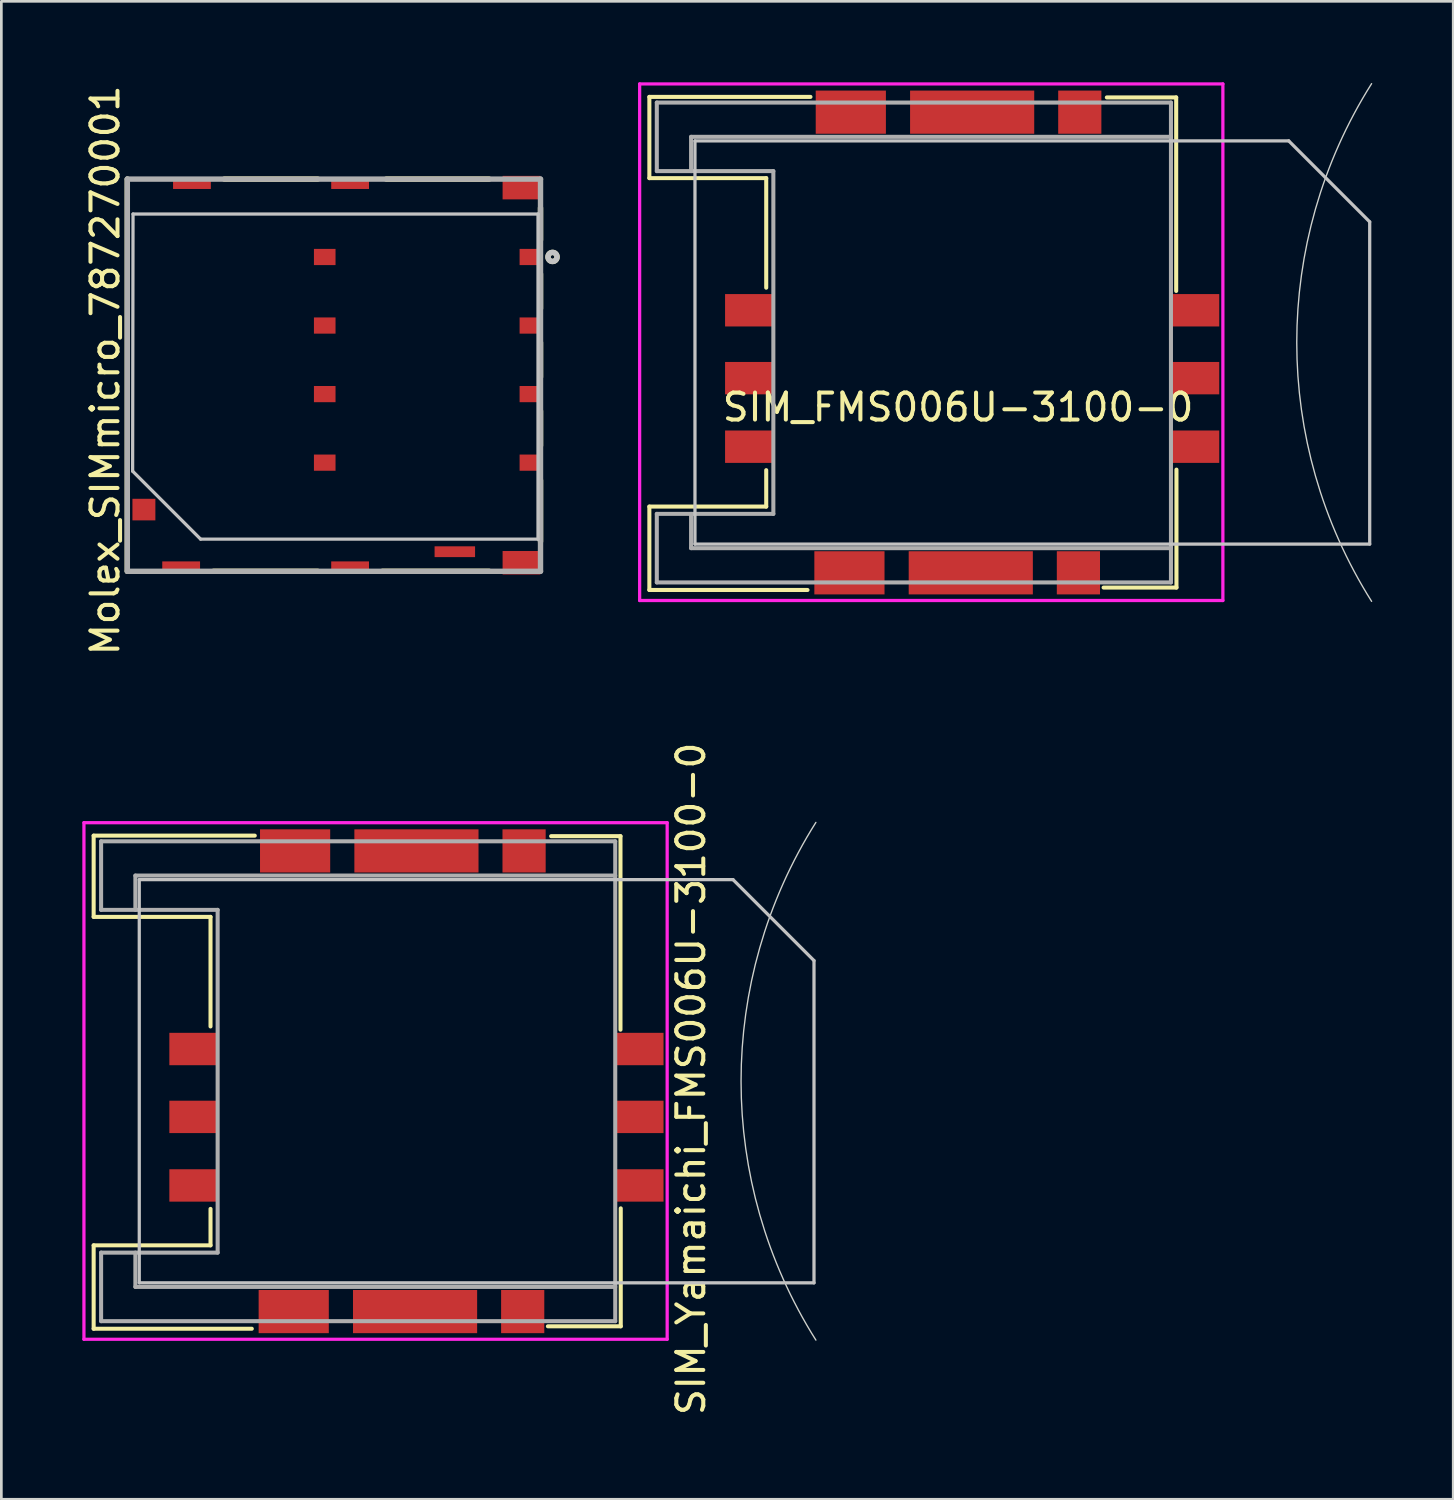
<source format=kicad_pcb>
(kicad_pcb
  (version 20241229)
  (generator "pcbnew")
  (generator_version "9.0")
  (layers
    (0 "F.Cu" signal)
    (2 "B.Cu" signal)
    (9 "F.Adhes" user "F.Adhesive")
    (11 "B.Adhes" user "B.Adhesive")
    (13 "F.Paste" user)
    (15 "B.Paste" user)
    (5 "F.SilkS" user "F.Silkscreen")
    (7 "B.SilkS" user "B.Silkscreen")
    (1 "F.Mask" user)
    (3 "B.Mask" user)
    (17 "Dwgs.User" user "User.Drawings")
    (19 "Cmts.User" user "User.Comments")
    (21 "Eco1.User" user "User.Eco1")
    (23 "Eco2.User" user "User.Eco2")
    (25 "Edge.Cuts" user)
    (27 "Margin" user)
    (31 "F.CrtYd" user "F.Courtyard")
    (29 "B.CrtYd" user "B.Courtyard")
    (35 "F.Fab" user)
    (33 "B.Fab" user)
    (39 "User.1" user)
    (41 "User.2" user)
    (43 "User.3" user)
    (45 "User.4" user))
  (footprint "SIM_Yamaichi_FMS006U-3100-0"
    (layer "F.Cu")
    (at 12.38 37.012)
    (property "Reference" "SIM_Yamaichi_FMS006U-3100-0" (at 10.173 -0.089 270) (layer "F.SilkS") (effects (font (size 1 1) (thickness 0.15))))
    (attr smd)
    (fp_line (start -11.96 -9.1) (end -11.96 -6.09) (stroke (width 0.15) (type solid)) (layer "F.SilkS"))
    (fp_line (start -11.96 -6.09) (end -7.63 -6.09) (stroke (width 0.15) (type solid)) (layer "F.SilkS"))
    (fp_line (start -11.96 6.08) (end -11.96 9.17) (stroke (width 0.15) (type solid)) (layer "F.SilkS"))
    (fp_line (start -11.96 9.17) (end -6.1 9.17) (stroke (width 0.15) (type solid)) (layer "F.SilkS"))
    (fp_line (start -7.63 -6.09) (end -7.63 -2.03) (stroke (width 0.15) (type solid)) (layer "F.SilkS"))
    (fp_line (start -7.63 4.73) (end -7.63 6.08) (stroke (width 0.15) (type solid)) (layer "F.SilkS"))
    (fp_line (start -7.63 6.08) (end -11.96 6.08) (stroke (width 0.15) (type solid)) (layer "F.SilkS"))
    (fp_line (start -5.99 -9.1) (end -11.96 -9.1) (stroke (width 0.15) (type solid)) (layer "F.SilkS"))
    (fp_line (start 4.99 -9.08) (end 7.56 -9.08) (stroke (width 0.15) (type solid)) (layer "F.SilkS"))
    (fp_line (start 7.56 -9.08) (end 7.56 -1.91) (stroke (width 0.15) (type solid)) (layer "F.SilkS"))
    (fp_line (start 7.57 4.71) (end 7.57 9.08) (stroke (width 0.15) (type solid)) (layer "F.SilkS"))
    (fp_line (start 7.57 9.08) (end 4.87 9.08) (stroke (width 0.15) (type solid)) (layer "F.SilkS"))
    (fp_line (start -10.27 -7.47) (end -10.27 7.47) (stroke (width 0.12) (type solid)) (layer "Dwgs.User"))
    (fp_line (start -10.27 -7.47) (end 11.73 -7.47) (stroke (width 0.12) (type solid)) (layer "Dwgs.User"))
    (fp_line (start -10.27 7.47) (end 14.73 7.47) (stroke (width 0.12) (type solid)) (layer "Dwgs.User"))
    (fp_line (start 14.73 -4.47) (end 11.73 -7.47) (stroke (width 0.12) (type solid)) (layer "Dwgs.User"))
    (fp_line (start 14.73 7.47) (end 14.73 -4.47) (stroke (width 0.12) (type solid)) (layer "Dwgs.User"))
    (fp_arc (start 14.800438 9.590695) (mid 12.027573 0.000411) (end 14.8 -9.59) (stroke (width 0.05) (type solid)) (layer "Edge.Cuts"))
    (fp_line (start -12.32 -9.58) (end 9.29 -9.58) (stroke (width 0.12) (type solid)) (layer "F.CrtYd"))
    (fp_line (start -12.32 9.56) (end -12.32 -9.58) (stroke (width 0.12) (type solid)) (layer "F.CrtYd"))
    (fp_line (start 9.29 -9.58) (end 9.29 9.56) (stroke (width 0.12) (type solid)) (layer "F.CrtYd"))
    (fp_line (start 9.29 9.56) (end -12.32 9.56) (stroke (width 0.12) (type solid)) (layer "F.CrtYd"))
    (fp_line (start -11.684 -6.35) (end -11.684 -8.89) (stroke (width 0.15) (type solid)) (layer "F.Fab"))
    (fp_line (start -11.684 6.35) (end -11.684 8.89) (stroke (width 0.15) (type solid)) (layer "F.Fab"))
    (fp_line (start -11.684 8.89) (end 7.366 8.89) (stroke (width 0.15) (type solid)) (layer "F.Fab"))
    (fp_line (start -10.414 -7.62) (end -10.414 -6.35) (stroke (width 0.15) (type solid)) (layer "F.Fab"))
    (fp_line (start -10.414 7.62) (end -10.414 6.35) (stroke (width 0.15) (type solid)) (layer "F.Fab"))
    (fp_line (start -10.414 7.62) (end 7.366 7.62) (stroke (width 0.15) (type solid)) (layer "F.Fab"))
    (fp_line (start -7.366 -6.35) (end -11.684 -6.35) (stroke (width 0.15) (type solid)) (layer "F.Fab"))
    (fp_line (start -7.366 -6.35) (end -7.366 6.35) (stroke (width 0.15) (type solid)) (layer "F.Fab"))
    (fp_line (start -7.366 6.35) (end -11.684 6.35) (stroke (width 0.15) (type solid)) (layer "F.Fab"))
    (fp_line (start 7.366 -8.89) (end -11.684 -8.89) (stroke (width 0.15) (type solid)) (layer "F.Fab"))
    (fp_line (start 7.366 -7.62) (end -10.414 -7.62) (stroke (width 0.15) (type solid)) (layer "F.Fab"))
    (fp_line (start 7.366 8.89) (end 7.366 -8.89) (stroke (width 0.15) (type solid)) (layer "F.Fab"))
    (pad "1" smd rect (at -8.255 3.861) (size 1.8 1.2) (layers "F.Cu" "F.Mask" "F.Paste"))
    (pad "2" smd rect (at -8.255 1.321) (size 1.8 1.2) (layers "F.Cu" "F.Mask" "F.Paste"))
    (pad "3" smd rect (at -8.255 -1.194) (size 1.8 1.2) (layers "F.Cu" "F.Mask" "F.Paste"))
    (pad "4" smd circle (at 14.8 -9.59) (size 0.01 0.01) (layers "F.Cu" "F.Mask" "F.Paste"))
    (pad "5" smd rect (at 8.255 3.861) (size 1.8 1.2) (layers "F.Cu" "F.Mask" "F.Paste"))
    (pad "6" smd rect (at 8.255 1.321) (size 1.8 1.2) (layers "F.Cu" "F.Mask" "F.Paste"))
    (pad "7" smd rect (at 8.255 -1.194) (size 1.8 1.2) (layers "F.Cu" "F.Mask" "F.Paste"))
    (pad "8" smd rect (at -4.547 8.534) (size 2.6 1.6) (layers "F.Cu" "F.Mask" "F.Paste"))
    (pad "8" smd rect (at -4.496 -8.534) (size 2.6 1.6) (layers "F.Cu" "F.Mask" "F.Paste"))
    (pad "8" smd rect (at -0.051 8.534) (size 4.6 1.6) (layers "F.Cu" "F.Mask" "F.Paste"))
    (pad "8" smd rect (at 0 -8.534) (size 4.6 1.6) (layers "F.Cu" "F.Mask" "F.Paste"))
    (pad "8" smd rect (at 3.937 8.534) (size 1.6 1.6) (layers "F.Cu" "F.Mask" "F.Paste"))
    (pad "8" smd rect (at 3.988 -8.534) (size 1.6 1.6) (layers "F.Cu" "F.Mask" "F.Paste")))
  (footprint "Molex_SIMmicro_787270001"
    (layer "F.Cu")
    (at 9.357 10.28)
    (property "Reference" "Molex_SIMmicro_787270001" (at -8.509 0.393 90) (layer "F.SilkS") (effects (font (size 1 1) (thickness 0.15))))
    (attr through_hole)
    (fp_line (start -7.69 -6.694) (end -7.69 7.837) (stroke (width 0.2) (type solid)) (layer "F.SilkS"))
    (fp_line (start -4.495 7.837) (end -0.635 7.837) (stroke (width 0.2) (type solid)) (layer "F.SilkS"))
    (fp_line (start -4.095 -6.694) (end -0.635 -6.694) (stroke (width 0.2) (type solid)) (layer "F.SilkS"))
    (fp_line (start 1.765 7.837) (end 5.715 7.837) (stroke (width 0.2) (type solid)) (layer "F.SilkS"))
    (fp_line (start 1.905 -6.694) (end 5.715 -6.694) (stroke (width 0.2) (type solid)) (layer "F.SilkS"))
    (fp_line (start 7.62 -5.628) (end 7.62 -4.438) (stroke (width 0.2) (type solid)) (layer "F.SilkS"))
    (fp_line (start 7.62 -3.18) (end 7.62 -1.897) (stroke (width 0.2) (type solid)) (layer "F.SilkS"))
    (fp_line (start 7.62 -0.64) (end 7.62 0.642) (stroke (width 0.2) (type solid)) (layer "F.SilkS"))
    (fp_line (start 7.62 1.899) (end 7.62 3.183) (stroke (width 0.2) (type solid)) (layer "F.SilkS"))
    (fp_line (start 7.62 6.737) (end 7.62 4.465) (stroke (width 0.2) (type solid)) (layer "F.SilkS"))
    (fp_circle (center 8.065 -3.81) (end 8.133 -3.81) (stroke (width 0.2) (type solid)) (fill no) (layer "F.SilkS"))
    (fp_line (start -7.493 4.128) (end -4.974 6.646) (stroke (width 0.12) (type solid)) (layer "Dwgs.User"))
    (fp_line (start -7.478 -5.4) (end -7.493 4.128) (stroke (width 0.12) (type solid)) (layer "Dwgs.User"))
    (fp_line (start 7.527 -5.4) (end -7.478 -5.4) (stroke (width 0.12) (type solid)) (layer "Dwgs.User"))
    (fp_line (start 7.527 6.646) (end -4.974 6.646) (stroke (width 0.12) (type solid)) (layer "Dwgs.User"))
    (fp_line (start 7.527 6.646) (end 7.527 -5.4) (stroke (width 0.12) (type solid)) (layer "Dwgs.User"))
    (fp_circle (center 8.065 -3.81) (end 8.133 -3.81) (stroke (width 0.2) (type solid)) (fill no) (layer "Dwgs.User"))
    (fp_line (start -7.69 -6.694) (end 7.62 -6.694) (stroke (width 0.2) (type solid)) (layer "F.Fab"))
    (fp_line (start -7.69 7.837) (end -7.69 -6.694) (stroke (width 0.2) (type solid)) (layer "F.Fab"))
    (fp_line (start 7.62 -6.694) (end 7.62 7.837) (stroke (width 0.2) (type solid)) (layer "F.Fab"))
    (fp_line (start 7.62 7.837) (end -7.69 7.837) (stroke (width 0.2) (type solid)) (layer "F.Fab"))
    (pad "1" smd rect (at 7.245 -3.808) (size 0.8 0.6) (layers "F.Cu" "F.Mask" "F.Paste"))
    (pad "2" smd rect (at 7.245 -1.268) (size 0.8 0.6) (layers "F.Cu" "F.Mask" "F.Paste"))
    (pad "3" smd rect (at 7.245 1.272) (size 0.8 0.6) (layers "F.Cu" "F.Mask" "F.Paste"))
    (pad "4" smd rect (at 7.245 3.812) (size 0.8 0.6) (layers "F.Cu" "F.Mask" "F.Paste"))
    (pad "5" smd rect (at -0.375 -3.808) (size 0.8 0.6) (layers "F.Cu" "F.Mask" "F.Paste"))
    (pad "6" smd rect (at -0.375 -1.268) (size 0.8 0.6) (layers "F.Cu" "F.Mask" "F.Paste"))
    (pad "7" smd rect (at -0.375 1.272) (size 0.8 0.6) (layers "F.Cu" "F.Mask" "F.Paste"))
    (pad "8" smd rect (at -0.375 3.812) (size 0.8 0.6) (layers "F.Cu" "F.Mask" "F.Paste"))
    (pad "9" smd rect (at -7.075 5.551) (size 0.85 0.8) (layers "F.Cu" "F.Mask" "F.Paste"))
    (pad "10" smd rect (at -5.695 7.681) (size 1.4 0.42) (layers "F.Cu" "F.Mask" "F.Paste"))
    (pad "10" smd rect (at -5.295 -6.538) (size 1.4 0.42) (layers "F.Cu" "F.Mask" "F.Paste"))
    (pad "10" smd rect (at 0.565 -6.538) (size 1.4 0.42) (layers "F.Cu" "F.Mask" "F.Paste"))
    (pad "10" smd rect (at 0.565 7.681) (size 1.4 0.42) (layers "F.Cu" "F.Mask" "F.Paste"))
    (pad "10" smd rect (at 4.445 7.112) (size 1.5 0.4) (layers "F.Cu" "F.Mask" "F.Paste"))
    (pad "10" smd rect (at 6.915 -6.378) (size 1.4 0.87) (layers "F.Cu" "F.Mask" "F.Paste"))
    (pad "10" smd rect (at 6.915 7.521) (size 1.4 0.87) (layers "F.Cu" "F.Mask" "F.Paste")))
  (footprint "SIM_FMS006U-3100-0"
    (layer "F.Cu")
    (at 32.97 9.64)
    (property "Reference" "SIM_FMS006U-3100-0" (at -0.522 2.4 0) (layer "F.SilkS") (effects (font (size 1 1) (thickness 0.15))))
    (attr smd)
    (fp_line (start -11.96 -9.1) (end -11.96 -6.09) (stroke (width 0.15) (type solid)) (layer "F.SilkS"))
    (fp_line (start -11.96 -6.09) (end -7.63 -6.09) (stroke (width 0.15) (type solid)) (layer "F.SilkS"))
    (fp_line (start -11.96 6.08) (end -11.96 9.17) (stroke (width 0.15) (type solid)) (layer "F.SilkS"))
    (fp_line (start -11.96 9.17) (end -6.1 9.17) (stroke (width 0.15) (type solid)) (layer "F.SilkS"))
    (fp_line (start -7.63 -6.09) (end -7.63 -2.03) (stroke (width 0.15) (type solid)) (layer "F.SilkS"))
    (fp_line (start -7.63 4.73) (end -7.63 6.08) (stroke (width 0.15) (type solid)) (layer "F.SilkS"))
    (fp_line (start -7.63 6.08) (end -11.96 6.08) (stroke (width 0.15) (type solid)) (layer "F.SilkS"))
    (fp_line (start -5.99 -9.1) (end -11.96 -9.1) (stroke (width 0.15) (type solid)) (layer "F.SilkS"))
    (fp_line (start 4.99 -9.08) (end 7.56 -9.08) (stroke (width 0.15) (type solid)) (layer "F.SilkS"))
    (fp_line (start 7.56 -9.08) (end 7.56 -1.91) (stroke (width 0.15) (type solid)) (layer "F.SilkS"))
    (fp_line (start 7.57 4.71) (end 7.57 9.08) (stroke (width 0.15) (type solid)) (layer "F.SilkS"))
    (fp_line (start 7.57 9.08) (end 4.87 9.08) (stroke (width 0.15) (type solid)) (layer "F.SilkS"))
    (fp_line (start -10.27 -7.47) (end -10.27 7.47) (stroke (width 0.12) (type solid)) (layer "Dwgs.User"))
    (fp_line (start -10.27 -7.47) (end 11.73 -7.47) (stroke (width 0.12) (type solid)) (layer "Dwgs.User"))
    (fp_line (start -10.27 7.47) (end 14.73 7.47) (stroke (width 0.12) (type solid)) (layer "Dwgs.User"))
    (fp_line (start 14.73 -4.47) (end 11.73 -7.47) (stroke (width 0.12) (type solid)) (layer "Dwgs.User"))
    (fp_line (start 14.73 7.47) (end 14.73 -4.47) (stroke (width 0.12) (type solid)) (layer "Dwgs.User"))
    (fp_arc (start 14.800438 9.590695) (mid 12.027573 0.000411) (end 14.8 -9.59) (stroke (width 0.05) (type solid)) (layer "Edge.Cuts"))
    (fp_line (start -12.32 -9.58) (end 9.29 -9.58) (stroke (width 0.12) (type solid)) (layer "F.CrtYd"))
    (fp_line (start -12.32 9.56) (end -12.32 -9.58) (stroke (width 0.12) (type solid)) (layer "F.CrtYd"))
    (fp_line (start 9.29 -9.58) (end 9.29 9.56) (stroke (width 0.12) (type solid)) (layer "F.CrtYd"))
    (fp_line (start 9.29 9.56) (end -12.32 9.56) (stroke (width 0.12) (type solid)) (layer "F.CrtYd"))
    (fp_line (start -11.684 -6.35) (end -11.684 -8.89) (stroke (width 0.15) (type solid)) (layer "F.Fab"))
    (fp_line (start -11.684 6.35) (end -11.684 8.89) (stroke (width 0.15) (type solid)) (layer "F.Fab"))
    (fp_line (start -11.684 8.89) (end 7.366 8.89) (stroke (width 0.15) (type solid)) (layer "F.Fab"))
    (fp_line (start -10.414 -7.62) (end -10.414 -6.35) (stroke (width 0.15) (type solid)) (layer "F.Fab"))
    (fp_line (start -10.414 7.62) (end -10.414 6.35) (stroke (width 0.15) (type solid)) (layer "F.Fab"))
    (fp_line (start -10.414 7.62) (end 7.366 7.62) (stroke (width 0.15) (type solid)) (layer "F.Fab"))
    (fp_line (start -7.366 -6.35) (end -11.684 -6.35) (stroke (width 0.15) (type solid)) (layer "F.Fab"))
    (fp_line (start -7.366 -6.35) (end -7.366 6.35) (stroke (width 0.15) (type solid)) (layer "F.Fab"))
    (fp_line (start -7.366 6.35) (end -11.684 6.35) (stroke (width 0.15) (type solid)) (layer "F.Fab"))
    (fp_line (start 7.366 -8.89) (end -11.684 -8.89) (stroke (width 0.15) (type solid)) (layer "F.Fab"))
    (fp_line (start 7.366 -7.62) (end -10.414 -7.62) (stroke (width 0.15) (type solid)) (layer "F.Fab"))
    (fp_line (start 7.366 8.89) (end 7.366 -8.89) (stroke (width 0.15) (type solid)) (layer "F.Fab"))
    (pad "1" smd rect (at -8.255 3.861) (size 1.8 1.2) (layers "F.Cu" "F.Mask" "F.Paste"))
    (pad "2" smd rect (at -8.255 1.321) (size 1.8 1.2) (layers "F.Cu" "F.Mask" "F.Paste"))
    (pad "3" smd rect (at -8.255 -1.194) (size 1.8 1.2) (layers "F.Cu" "F.Mask" "F.Paste"))
    (pad "5" smd rect (at 8.255 3.861) (size 1.8 1.2) (layers "F.Cu" "F.Mask" "F.Paste"))
    (pad "6" smd rect (at 8.255 1.321) (size 1.8 1.2) (layers "F.Cu" "F.Mask" "F.Paste"))
    (pad "7" smd rect (at 8.255 -1.194) (size 1.8 1.2) (layers "F.Cu" "F.Mask" "F.Paste"))
    (pad "8" smd rect (at -4.547 8.534) (size 2.6 1.6) (layers "F.Cu" "F.Mask" "F.Paste"))
    (pad "8" smd rect (at -4.496 -8.534) (size 2.6 1.6) (layers "F.Cu" "F.Mask" "F.Paste"))
    (pad "8" smd rect (at -0.051 8.534) (size 4.6 1.6) (layers "F.Cu" "F.Mask" "F.Paste"))
    (pad "8" smd rect (at 0 -8.534) (size 4.6 1.6) (layers "F.Cu" "F.Mask" "F.Paste"))
    (pad "8" smd rect (at 3.937 8.534) (size 1.6 1.6) (layers "F.Cu" "F.Mask" "F.Paste"))
    (pad "8" smd rect (at 3.988 -8.534) (size 1.6 1.6) (layers "F.Cu" "F.Mask" "F.Paste")))
  (gr_rect
    (start -3 -3)
    (end 50.795 52.5)
    (stroke (width 0.1) (type default))
    (fill no)
    (layer "Edge.Cuts")))
</source>
